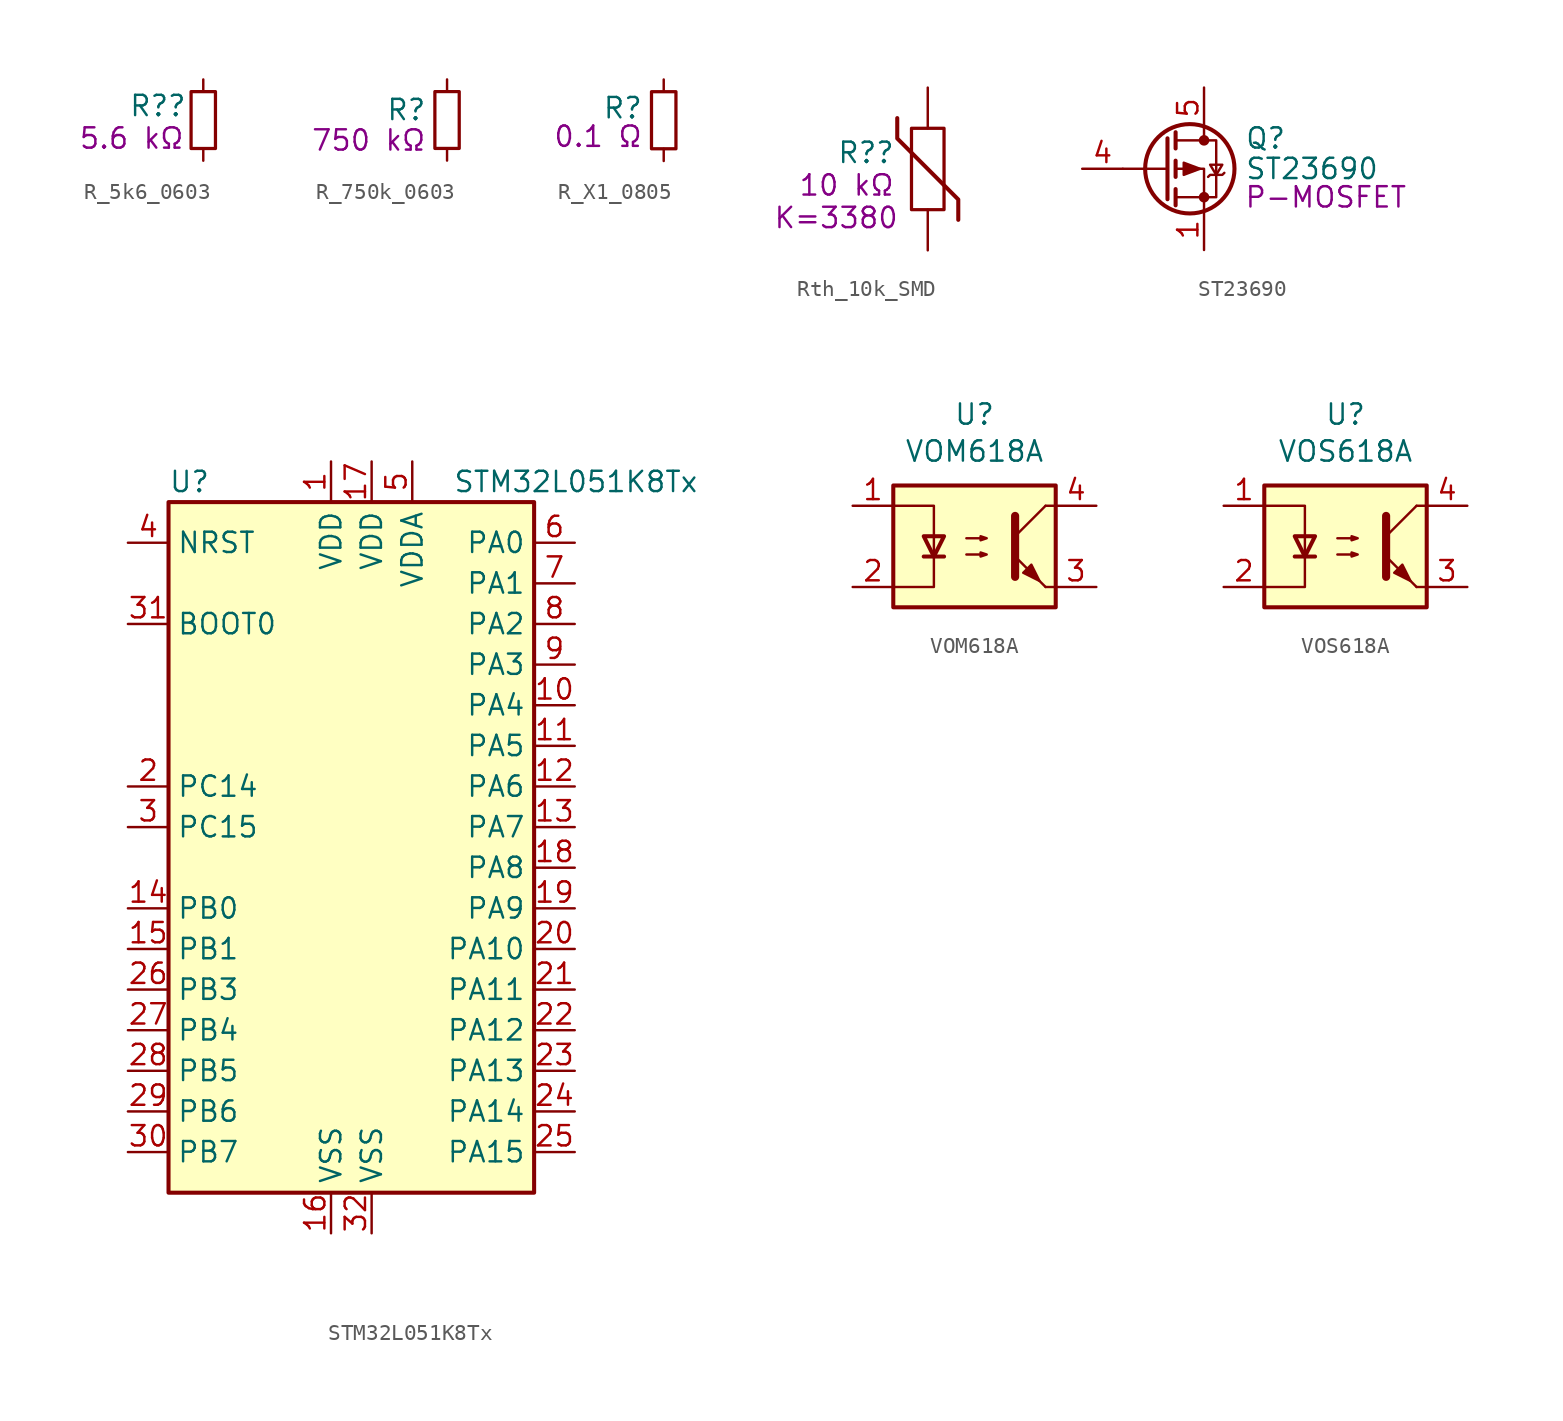
<source format=kicad_sym>
(kicad_symbol_lib
  (version 20220914)
  (generator kicad_symbol_editor)
  (symbol "R_5k6_0603"
    (pin_numbers hide)
    (pin_names
      (offset 0.254) hide)
    (property "Reference" "R?"
      (at -1.016 0.889 0)
      (effects (font (size 1.27 1.27)) (justify right)))
    (property "Display" "5.6 kΩ"
      (at -1.143 -1.143 0)
      (effects (font (size 1.27 1.27)) (justify right)))
    (symbol "R_5k6_0603_0_1"
      (rectangle (start -0.762 1.778) (end 0.762 -1.778) (stroke (width 0.203) (type default)) (fill (type none))))
    (symbol "R_5k6_0603_1_1"
      (pin passive line (at 0 2.54 270) (length 0.762) (name "~" (effects (font (size 1.27 1.27)))) (number "1" (effects (font (size 1.27 1.27)))))
      (pin passive line (at 0 -2.54 90) (length 0.762) (name "~" (effects (font (size 1.27 1.27)))) (number "2" (effects (font (size 1.27 1.27)))))))
  (symbol "R_750k_0603"
    (pin_numbers hide)
    (pin_names
      (offset 0.254) hide)
    (property "Reference" "R"
      (at -1.27 0.635 0)
      (effects (font (size 1.27 1.27)) (justify right)))
    (property "Display" "750 kΩ"
      (at -1.27 -1.27 0)
      (effects (font (size 1.27 1.27)) (justify right)))
    (symbol "R_750k_0603_0_1"
      (rectangle (start -0.762 1.778) (end 0.762 -1.778) (stroke (width 0.203) (type default)) (fill (type none))))
    (symbol "R_750k_0603_1_1"
      (pin passive line (at 0 2.54 270) (length 0.762) (name "~" (effects (font (size 1.27 1.27)))) (number "1" (effects (font (size 1.27 1.27)))))
      (pin passive line (at 0 -2.54 90) (length 0.762) (name "~" (effects (font (size 1.27 1.27)))) (number "2" (effects (font (size 1.27 1.27)))))))
  (symbol "R_X1_0805"
    (pin_numbers hide)
    (pin_names
      (offset 0.254) hide)
    (property "Reference" "R"
      (at -1.27 0.762 0)
      (effects (font (size 1.27 1.27)) (justify right)))
    (property "Display" "0.1 Ω"
      (at -1.27 -1.016 0)
      (effects (font (size 1.27 1.27)) (justify right)))
    (symbol "R_X1_0805_0_1"
      (rectangle (start -0.762 1.778) (end 0.762 -1.778) (stroke (width 0.203) (type default)) (fill (type none))))
    (symbol "R_X1_0805_1_1"
      (pin passive line (at 0 2.54 270) (length 0.762) (name "~" (effects (font (size 1.27 1.27)))) (number "1" (effects (font (size 1.27 1.27)))))
      (pin passive line (at 0 -2.54 90) (length 0.762) (name "~" (effects (font (size 1.27 1.27)))) (number "2" (effects (font (size 1.27 1.27)))))))
  (symbol "Rth_10k_SMD"
    (pin_numbers hide)
    (pin_names
      (offset 0))
    (property "Reference" "R?"
      (at -2.032 1.016 0)
      (effects (font (size 1.27 1.27)) (justify right)))
    (property "Display" "10 kΩ"
      (at -2.032 -1.016 0)
      (effects (font (size 1.27 1.27)) (justify right)))
    (property "Display2" "K=3380"
      (at -1.778 -3.048 0)
      (effects (font (size 1.27 1.27)) (justify right)))
    (symbol "Rth_10k_SMD_0_1"
      (rectangle (start -1.016 2.54) (end 1.016 -2.54) (stroke (width 0.203) (type default)) (fill (type none)))
      (polyline (pts (xy -1.905 3.175) (xy -1.905 1.905) (xy 1.905 -1.905) (xy 1.905 -3.175) (xy 1.905 -3.175)) (stroke (width 0.254) (type default)) (fill (type none))))
    (symbol "Rth_10k_SMD_1_1"
      (pin passive line (at 0 5.08 270) (length 2.54) (name "~" (effects (font (size 1.27 1.27)))) (number "1" (effects (font (size 1.27 1.27)))))
      (pin passive line (at 0 -5.08 90) (length 2.54) (name "~" (effects (font (size 1.27 1.27)))) (number "2" (effects (font (size 1.27 1.27)))))))
  (symbol "ST23690"
    (pin_names hide)
    (property "Reference" "Q"
      (at 5.08 1.905 0)
      (effects (font (size 1.27 1.27)) (justify left)))
    (property "Value" "ST23690"
      (at 5.08 0 0)
      (effects (font (size 1.27 1.27)) (justify left)))
    (property "Display" "P-MOSFET"
      (at 10.16 -1.778 0)
      (effects (font (size 1.27 1.27))))
    (symbol "ST23690_0_1"
      (polyline (pts (xy 0.254 0) (xy -2.54 0)) (stroke (width 0) (type default)) (fill (type none)))
      (polyline (pts (xy 0.254 1.905) (xy 0.254 -1.905)) (stroke (width 0.254) (type default)) (fill (type none)))
      (polyline (pts (xy 0.762 -1.27) (xy 0.762 -2.286)) (stroke (width 0.254) (type default)) (fill (type none)))
      (polyline (pts (xy 0.762 0.508) (xy 0.762 -0.508)) (stroke (width 0.254) (type default)) (fill (type none)))
      (polyline (pts (xy 0.762 2.286) (xy 0.762 1.27)) (stroke (width 0.254) (type default)) (fill (type none)))
      (polyline (pts (xy 2.54 2.54) (xy 2.54 1.778)) (stroke (width 0) (type default)) (fill (type none)))
      (polyline (pts (xy 2.54 -2.54) (xy 2.54 0) (xy 0.762 0)) (stroke (width 0) (type default)) (fill (type none)))
      (polyline (pts (xy 0.762 1.778) (xy 3.302 1.778) (xy 3.302 -1.778) (xy 0.762 -1.778)) (stroke (width 0) (type default)) (fill (type none)))
      (polyline (pts (xy 2.286 0) (xy 1.27 0.381) (xy 1.27 -0.381) (xy 2.286 0)) (stroke (width 0) (type default)) (fill (type outline)))
      (polyline (pts (xy 2.794 -0.508) (xy 2.921 -0.381) (xy 3.683 -0.381) (xy 3.81 -0.254)) (stroke (width 0) (type default)) (fill (type none)))
      (polyline (pts (xy 3.302 -0.381) (xy 2.921 0.254) (xy 3.683 0.254) (xy 3.302 -0.381)) (stroke (width 0) (type default)) (fill (type none)))
      (circle (center 1.651 0) (radius 2.794) (stroke (width 0.254) (type default)) (fill (type none)))
      (circle (center 2.54 -1.778) (radius 0.254) (stroke (width 0) (type default)) (fill (type outline)))
      (circle (center 2.54 1.778) (radius 0.254) (stroke (width 0) (type default)) (fill (type outline))))
    (symbol "ST23690_1_1"
      (pin passive line (at 2.54 -5.08 90) (length 2.54) (name "S" (effects (font (size 1.27 1.27)))) (number "1" (effects (font (size 1.27 1.27)))))
      (pin passive line (at 2.54 -5.08 90) (length 2.54) hide (name "S" (effects (font (size 1.27 1.27)))) (number "2" (effects (font (size 1.27 1.27)))))
      (pin passive line (at 2.54 -5.08 90) (length 2.54) hide (name "S" (effects (font (size 1.27 1.27)))) (number "3" (effects (font (size 1.27 1.27)))))
      (pin input line (at -5.08 0 0) (length 2.54) (name "G" (effects (font (size 1.27 1.27)))) (number "4" (effects (font (size 1.27 1.27)))))
      (pin passive line (at 2.54 5.08 270) (length 2.54) (name "D" (effects (font (size 1.27 1.27)))) (number "5" (effects (font (size 1.27 1.27)))))))
  (symbol "STM32L051K8Tx"
    (property "Reference" "U"
      (at -12.7 21.59 0)
      (effects (font (size 1.27 1.27)) (justify left)))
    (property "Value" "STM32L051K8Tx"
      (at 5.08 21.59 0)
      (effects (font (size 1.27 1.27)) (justify left)))
    (symbol "STM32L051K8Tx_0_1"
      (rectangle (start -12.7 -22.86) (end 10.16 20.32) (stroke (width 0.254) (type default)) (fill (type background))))
    (symbol "STM32L051K8Tx_1_1"
      (pin power_in line (at -2.54 22.86 270) (length 2.54) (name "VDD" (effects (font (size 1.27 1.27)))) (number "1" (effects (font (size 1.27 1.27)))))
      (pin bidirectional line (at 12.7 7.62 180) (length 2.54) (name "PA4" (effects (font (size 1.27 1.27)))) (number "10" (effects (font (size 1.27 1.27)))))
      (pin bidirectional line (at 12.7 5.08 180) (length 2.54) (name "PA5" (effects (font (size 1.27 1.27)))) (number "11" (effects (font (size 1.27 1.27)))))
      (pin bidirectional line (at 12.7 2.54 180) (length 2.54) (name "PA6" (effects (font (size 1.27 1.27)))) (number "12" (effects (font (size 1.27 1.27)))))
      (pin bidirectional line (at 12.7 0 180) (length 2.54) (name "PA7" (effects (font (size 1.27 1.27)))) (number "13" (effects (font (size 1.27 1.27)))))
      (pin bidirectional line (at -15.24 -5.08 0) (length 2.54) (name "PB0" (effects (font (size 1.27 1.27)))) (number "14" (effects (font (size 1.27 1.27)))))
      (pin bidirectional line (at -15.24 -7.62 0) (length 2.54) (name "PB1" (effects (font (size 1.27 1.27)))) (number "15" (effects (font (size 1.27 1.27)))))
      (pin power_in line (at -2.54 -25.4 90) (length 2.54) (name "VSS" (effects (font (size 1.27 1.27)))) (number "16" (effects (font (size 1.27 1.27)))))
      (pin power_in line (at 0 22.86 270) (length 2.54) (name "VDD" (effects (font (size 1.27 1.27)))) (number "17" (effects (font (size 1.27 1.27)))))
      (pin bidirectional line (at 12.7 -2.54 180) (length 2.54) (name "PA8" (effects (font (size 1.27 1.27)))) (number "18" (effects (font (size 1.27 1.27)))))
      (pin bidirectional line (at 12.7 -5.08 180) (length 2.54) (name "PA9" (effects (font (size 1.27 1.27)))) (number "19" (effects (font (size 1.27 1.27)))))
      (pin bidirectional line (at -15.24 2.54 0) (length 2.54) (name "PC14" (effects (font (size 1.27 1.27)))) (number "2" (effects (font (size 1.27 1.27)))))
      (pin bidirectional line (at 12.7 -7.62 180) (length 2.54) (name "PA10" (effects (font (size 1.27 1.27)))) (number "20" (effects (font (size 1.27 1.27)))))
      (pin bidirectional line (at 12.7 -10.16 180) (length 2.54) (name "PA11" (effects (font (size 1.27 1.27)))) (number "21" (effects (font (size 1.27 1.27)))))
      (pin bidirectional line (at 12.7 -12.7 180) (length 2.54) (name "PA12" (effects (font (size 1.27 1.27)))) (number "22" (effects (font (size 1.27 1.27)))))
      (pin bidirectional line (at 12.7 -15.24 180) (length 2.54) (name "PA13" (effects (font (size 1.27 1.27)))) (number "23" (effects (font (size 1.27 1.27)))))
      (pin bidirectional line (at 12.7 -17.78 180) (length 2.54) (name "PA14" (effects (font (size 1.27 1.27)))) (number "24" (effects (font (size 1.27 1.27)))))
      (pin bidirectional line (at 12.7 -20.32 180) (length 2.54) (name "PA15" (effects (font (size 1.27 1.27)))) (number "25" (effects (font (size 1.27 1.27)))))
      (pin bidirectional line (at -15.24 -10.16 0) (length 2.54) (name "PB3" (effects (font (size 1.27 1.27)))) (number "26" (effects (font (size 1.27 1.27)))))
      (pin bidirectional line (at -15.24 -12.7 0) (length 2.54) (name "PB4" (effects (font (size 1.27 1.27)))) (number "27" (effects (font (size 1.27 1.27)))))
      (pin bidirectional line (at -15.24 -15.24 0) (length 2.54) (name "PB5" (effects (font (size 1.27 1.27)))) (number "28" (effects (font (size 1.27 1.27)))))
      (pin bidirectional line (at -15.24 -17.78 0) (length 2.54) (name "PB6" (effects (font (size 1.27 1.27)))) (number "29" (effects (font (size 1.27 1.27)))))
      (pin bidirectional line (at -15.24 0 0) (length 2.54) (name "PC15" (effects (font (size 1.27 1.27)))) (number "3" (effects (font (size 1.27 1.27)))))
      (pin bidirectional line (at -15.24 -20.32 0) (length 2.54) (name "PB7" (effects (font (size 1.27 1.27)))) (number "30" (effects (font (size 1.27 1.27)))))
      (pin input line (at -15.24 12.7 0) (length 2.54) (name "BOOT0" (effects (font (size 1.27 1.27)))) (number "31" (effects (font (size 1.27 1.27)))))
      (pin power_in line (at 0 -25.4 90) (length 2.54) (name "VSS" (effects (font (size 1.27 1.27)))) (number "32" (effects (font (size 1.27 1.27)))))
      (pin input line (at -15.24 17.78 0) (length 2.54) (name "NRST" (effects (font (size 1.27 1.27)))) (number "4" (effects (font (size 1.27 1.27)))))
      (pin power_in line (at 2.54 22.86 270) (length 2.54) (name "VDDA" (effects (font (size 1.27 1.27)))) (number "5" (effects (font (size 1.27 1.27)))))
      (pin bidirectional line (at 12.7 17.78 180) (length 2.54) (name "PA0" (effects (font (size 1.27 1.27)))) (number "6" (effects (font (size 1.27 1.27)))))
      (pin bidirectional line (at 12.7 15.24 180) (length 2.54) (name "PA1" (effects (font (size 1.27 1.27)))) (number "7" (effects (font (size 1.27 1.27)))))
      (pin bidirectional line (at 12.7 12.7 180) (length 2.54) (name "PA2" (effects (font (size 1.27 1.27)))) (number "8" (effects (font (size 1.27 1.27)))))
      (pin bidirectional line (at 12.7 10.16 180) (length 2.54) (name "PA3" (effects (font (size 1.27 1.27)))) (number "9" (effects (font (size 1.27 1.27)))))))
  (symbol "VOM618A"
    (pin_names
      (offset 1.016))
    (property "Reference" "U"
      (at 0 8.255 0)
      (effects (font (size 1.27 1.27))))
    (property "Value" "VOM618A"
      (at 0 5.944 0)
      (effects (font (size 1.27 1.27))))
    (symbol "VOM618A_0_1"
      (rectangle (start -5.08 3.81) (end 5.08 -3.81) (stroke (width 0.254) (type default)) (fill (type background)))
      (polyline (pts (xy -3.175 -0.635) (xy -1.905 -0.635)) (stroke (width 0.254) (type default)) (fill (type none)))
      (polyline (pts (xy 2.54 0.635) (xy 4.445 2.54)) (stroke (width 0) (type default)) (fill (type none)))
      (polyline (pts (xy 4.445 -2.54) (xy 2.54 -0.635)) (stroke (width 0) (type default)) (fill (type outline)))
      (polyline (pts (xy 4.445 -2.54) (xy 5.08 -2.54)) (stroke (width 0) (type default)) (fill (type none)))
      (polyline (pts (xy 4.445 2.54) (xy 5.08 2.54)) (stroke (width 0) (type default)) (fill (type none)))
      (polyline (pts (xy -5.08 2.54) (xy -2.54 2.54) (xy -2.54 -0.635)) (stroke (width 0) (type default)) (fill (type none)))
      (polyline (pts (xy -2.54 -0.635) (xy -2.54 -2.54) (xy -5.08 -2.54)) (stroke (width 0) (type default)) (fill (type none)))
      (polyline (pts (xy 2.54 1.905) (xy 2.54 -1.905) (xy 2.54 -1.905)) (stroke (width 0.508) (type default)) (fill (type none)))
      (polyline (pts (xy -2.54 -0.635) (xy -3.175 0.635) (xy -1.905 0.635) (xy -2.54 -0.635)) (stroke (width 0.254) (type default)) (fill (type none)))
      (polyline (pts (xy -0.508 -0.508) (xy 0.762 -0.508) (xy 0.381 -0.635) (xy 0.381 -0.381) (xy 0.762 -0.508)) (stroke (width 0) (type default)) (fill (type none)))
      (polyline (pts (xy -0.508 0.508) (xy 0.762 0.508) (xy 0.381 0.381) (xy 0.381 0.635) (xy 0.762 0.508)) (stroke (width 0) (type default)) (fill (type none)))
      (polyline (pts (xy 3.048 -1.651) (xy 3.556 -1.143) (xy 4.064 -2.159) (xy 3.048 -1.651) (xy 3.048 -1.651)) (stroke (width 0) (type default)) (fill (type outline))))
    (symbol "VOM618A_1_1"
      (pin passive line (at -7.62 2.54 0) (length 2.54) (name "~" (effects (font (size 1.27 1.27)))) (number "1" (effects (font (size 1.27 1.27)))))
      (pin passive line (at -7.62 -2.54 0) (length 2.54) (name "~" (effects (font (size 1.27 1.27)))) (number "2" (effects (font (size 1.27 1.27)))))
      (pin passive line (at 7.62 -2.54 180) (length 2.54) (name "~" (effects (font (size 1.27 1.27)))) (number "3" (effects (font (size 1.27 1.27)))))
      (pin passive line (at 7.62 2.54 180) (length 2.54) (name "~" (effects (font (size 1.27 1.27)))) (number "4" (effects (font (size 1.27 1.27)))))))
  (symbol "VOS618A"
    (pin_names
      (offset 1.016))
    (property "Reference" "U"
      (at 0 8.255 0)
      (effects (font (size 1.27 1.27))))
    (property "Value" "VOS618A"
      (at 0 5.944 0)
      (effects (font (size 1.27 1.27))))
    (symbol "VOS618A_0_1"
      (rectangle (start -5.08 3.81) (end 5.08 -3.81) (stroke (width 0.254) (type default)) (fill (type background)))
      (polyline (pts (xy -3.175 -0.635) (xy -1.905 -0.635)) (stroke (width 0.254) (type default)) (fill (type none)))
      (polyline (pts (xy 2.54 0.635) (xy 4.445 2.54)) (stroke (width 0) (type default)) (fill (type none)))
      (polyline (pts (xy 4.445 -2.54) (xy 2.54 -0.635)) (stroke (width 0) (type default)) (fill (type outline)))
      (polyline (pts (xy 4.445 -2.54) (xy 5.08 -2.54)) (stroke (width 0) (type default)) (fill (type none)))
      (polyline (pts (xy 4.445 2.54) (xy 5.08 2.54)) (stroke (width 0) (type default)) (fill (type none)))
      (polyline (pts (xy -5.08 2.54) (xy -2.54 2.54) (xy -2.54 -0.635)) (stroke (width 0) (type default)) (fill (type none)))
      (polyline (pts (xy -2.54 -0.635) (xy -2.54 -2.54) (xy -5.08 -2.54)) (stroke (width 0) (type default)) (fill (type none)))
      (polyline (pts (xy 2.54 1.905) (xy 2.54 -1.905) (xy 2.54 -1.905)) (stroke (width 0.508) (type default)) (fill (type none)))
      (polyline (pts (xy -2.54 -0.635) (xy -3.175 0.635) (xy -1.905 0.635) (xy -2.54 -0.635)) (stroke (width 0.254) (type default)) (fill (type none)))
      (polyline (pts (xy -0.508 -0.508) (xy 0.762 -0.508) (xy 0.381 -0.635) (xy 0.381 -0.381) (xy 0.762 -0.508)) (stroke (width 0) (type default)) (fill (type none)))
      (polyline (pts (xy -0.508 0.508) (xy 0.762 0.508) (xy 0.381 0.381) (xy 0.381 0.635) (xy 0.762 0.508)) (stroke (width 0) (type default)) (fill (type none)))
      (polyline (pts (xy 3.048 -1.651) (xy 3.556 -1.143) (xy 4.064 -2.159) (xy 3.048 -1.651) (xy 3.048 -1.651)) (stroke (width 0) (type default)) (fill (type outline))))
    (symbol "VOS618A_1_1"
      (pin passive line (at -7.62 2.54 0) (length 2.54) (name "~" (effects (font (size 1.27 1.27)))) (number "1" (effects (font (size 1.27 1.27)))))
      (pin passive line (at -7.62 -2.54 0) (length 2.54) (name "~" (effects (font (size 1.27 1.27)))) (number "2" (effects (font (size 1.27 1.27)))))
      (pin passive line (at 7.62 -2.54 180) (length 2.54) (name "~" (effects (font (size 1.27 1.27)))) (number "3" (effects (font (size 1.27 1.27)))))
      (pin passive line (at 7.62 2.54 180) (length 2.54) (name "~" (effects (font (size 1.27 1.27)))) (number "4" (effects (font (size 1.27 1.27))))))))
</source>
